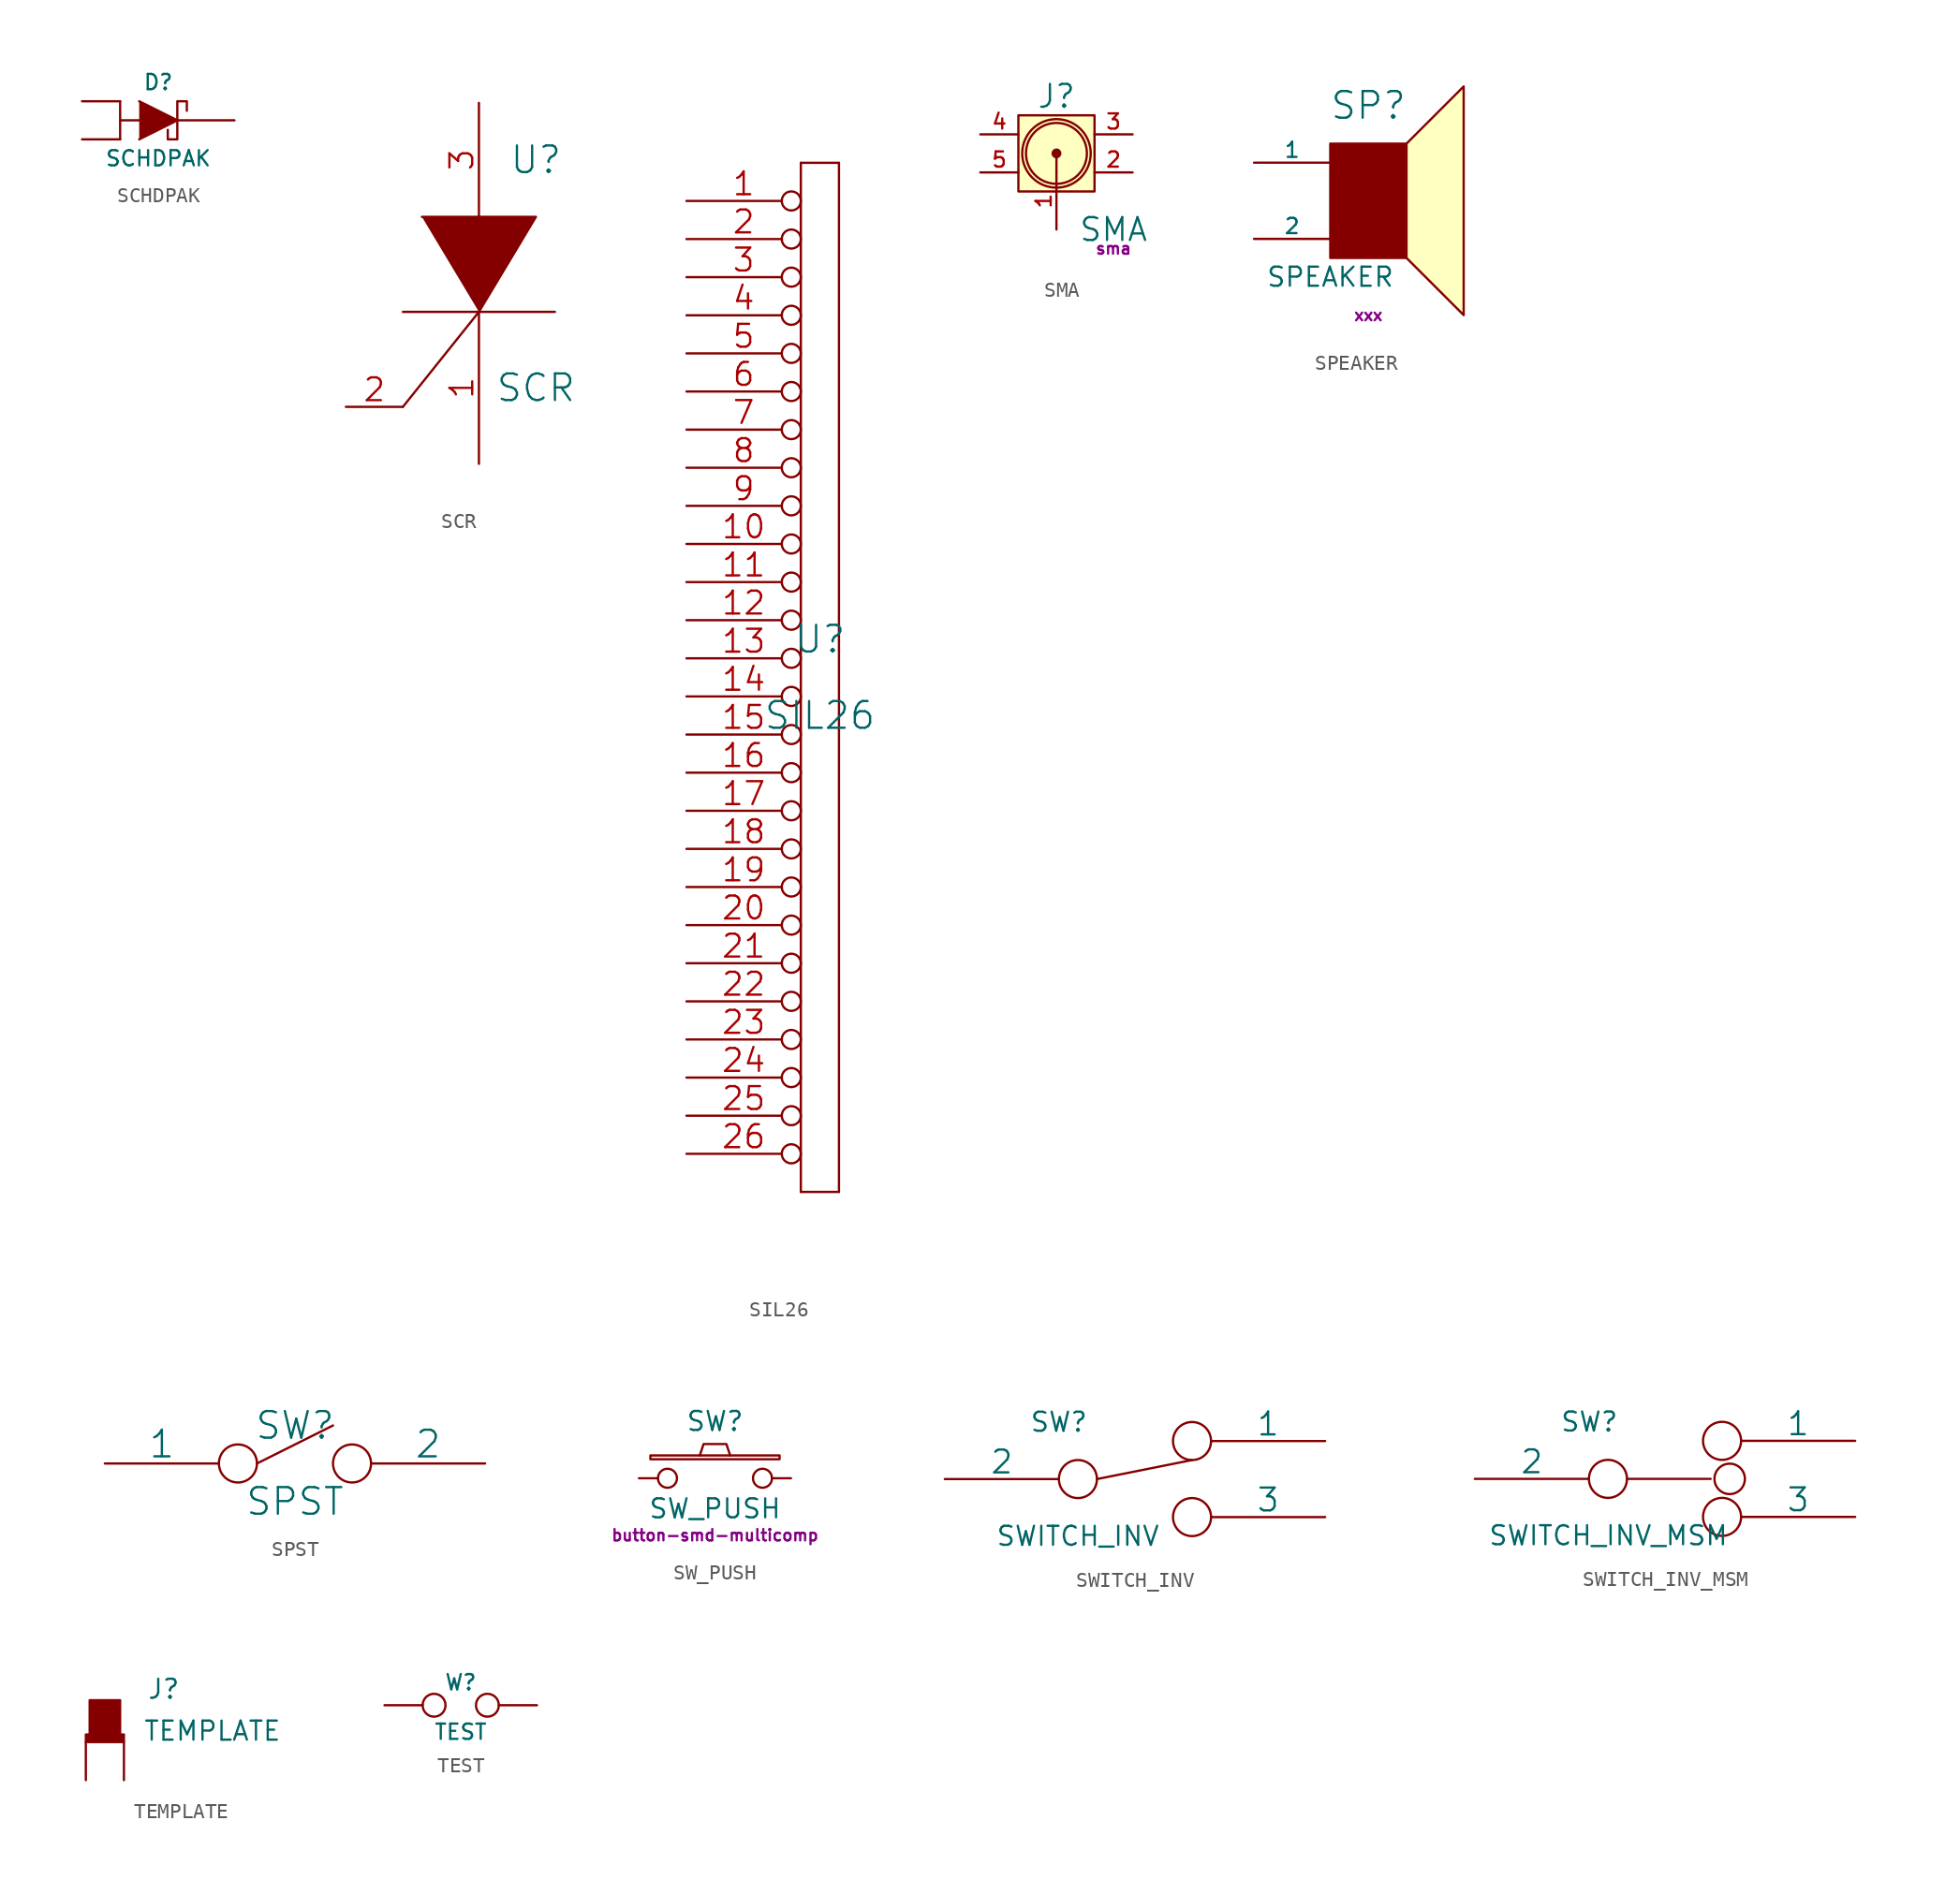
<source format=kicad_sym>
(kicad_symbol_lib
  (version 20220914)
  (generator kicad_symbol_editor)
  (symbol "SCHDPAK"
    (pin_numbers hide)
    (pin_names
      (offset 1.016) hide)
    (property "Reference" "D"
      (at 0 2.54 0)
      (effects (font (size 1.016 1.016))))
    (property "Value" "SCHDPAK"
      (at 0 -2.54 0)
      (effects (font (size 1.016 1.016))))
    (property "Footprint" ""
      (at 0 0 0)
      (effects (font (size 1.524 1.524))))
    (property "Datasheet" ""
      (at 0 0 0)
      (effects (font (size 1.524 1.524))))
    (symbol "SCHDPAK_0_1"
      (polyline (pts (xy -2.54 0) (xy -1.27 0)) (stroke (width 0) (type default)) (fill (type none)))
      (polyline (pts (xy -2.54 1.27) (xy -2.54 -1.27)) (stroke (width 0) (type default)) (fill (type none)))
      (polyline (pts (xy -1.27 1.27) (xy 1.27 0) (xy -1.27 -1.27)) (stroke (width 0) (type default)) (fill (type outline)))
      (polyline (pts (xy 1.905 0.635) (xy 1.905 1.27) (xy 1.27 1.27) (xy 1.27 -1.27) (xy 0.635 -1.27) (xy 0.635 -0.635)) (stroke (width 0) (type default)) (fill (type none))))
    (symbol "SCHDPAK_1_1"
      (pin passive line (at -5.08 -1.27 0) (length 2.54) (name "A" (effects (font (size 1.016 1.016)))) (number "1" (effects (font (size 1.016 1.016)))))
      (pin passive line (at 5.08 0 180) (length 3.81) (name "K" (effects (font (size 1.016 1.016)))) (number "2" (effects (font (size 1.016 1.016)))))
      (pin input line (at -5.08 1.27 0) (length 2.54) (name "A" (effects (font (size 1.016 1.016)))) (number "3" (effects (font (size 1.016 1.016)))))))
  (symbol "SCR"
    (pin_names
      (offset 0.254) hide)
    (property "Reference" "U"
      (at 3.81 6.35 0)
      (effects (font (size 1.778 1.778))))
    (property "Value" "SCR"
      (at 3.81 -8.89 0)
      (effects (font (size 1.778 1.778))))
    (property "Footprint" ""
      (at 0 0 0)
      (effects (font (size 1.524 1.524))))
    (property "Datasheet" ""
      (at 0 0 0)
      (effects (font (size 1.524 1.524))))
    (symbol "SCR_0_0"
      (polyline (pts (xy -5.08 -3.81) (xy 5.08 -3.81)) (stroke (width 0) (type default)) (fill (type none))))
    (symbol "SCR_0_1"
      (polyline (pts (xy 0 -3.81) (xy -5.08 -10.16)) (stroke (width 0) (type default)) (fill (type none)))
      (polyline (pts (xy -3.81 2.54) (xy 3.81 2.54) (xy 0 -3.81)) (stroke (width 0) (type default)) (fill (type outline))))
    (symbol "SCR_1_1"
      (pin input line (at 0 -13.97 90) (length 10.16) (name "K" (effects (font (size 1.778 1.778)))) (number "1" (effects (font (size 1.524 1.524)))))
      (pin input line (at -8.89 -10.16 0) (length 3.81) (name "G" (effects (font (size 1.524 1.524)))) (number "2" (effects (font (size 1.524 1.524)))))
      (pin input line (at 0 10.16 270) (length 7.62) (name "A" (effects (font (size 1.524 1.524)))) (number "3" (effects (font (size 1.524 1.524)))))))
  (symbol "SIL26"
    (pin_names
      (offset 1.016) hide)
    (property "Reference" "U"
      (at 0 2.54 0)
      (effects (font (size 1.778 1.778))))
    (property "Value" "SIL26"
      (at 0 -2.54 0)
      (effects (font (size 1.778 1.778))))
    (property "Footprint" ""
      (at 0 0 0)
      (effects (font (size 1.524 1.524))))
    (property "Datasheet" ""
      (at 0 0 0)
      (effects (font (size 1.524 1.524))))
    (symbol "SIL26_0_1"
      (polyline (pts (xy -1.27 -34.29) (xy 1.27 -34.29)) (stroke (width 0) (type default)) (fill (type none)))
      (polyline (pts (xy -1.27 34.29) (xy -1.27 -34.29)) (stroke (width 0) (type default)) (fill (type none)))
      (polyline (pts (xy 1.27 -34.29) (xy 1.27 34.29)) (stroke (width 0) (type default)) (fill (type none)))
      (polyline (pts (xy 1.27 34.29) (xy -1.27 34.29)) (stroke (width 0) (type default)) (fill (type none))))
    (symbol "SIL26_1_1"
      (pin passive inverted (at -8.89 31.75 0) (length 7.62) (name "1" (effects (font (size 1.524 1.524)))) (number "1" (effects (font (size 1.524 1.524)))))
      (pin passive inverted (at -8.89 8.89 0) (length 7.62) (name "10" (effects (font (size 1.524 1.524)))) (number "10" (effects (font (size 1.524 1.524)))))
      (pin passive inverted (at -8.89 6.35 0) (length 7.62) (name "11" (effects (font (size 1.524 1.524)))) (number "11" (effects (font (size 1.524 1.524)))))
      (pin passive inverted (at -8.89 3.81 0) (length 7.62) (name "12" (effects (font (size 1.524 1.524)))) (number "12" (effects (font (size 1.524 1.524)))))
      (pin passive inverted (at -8.89 1.27 0) (length 7.62) (name "13" (effects (font (size 1.524 1.524)))) (number "13" (effects (font (size 1.524 1.524)))))
      (pin passive inverted (at -8.89 -1.27 0) (length 7.62) (name "14" (effects (font (size 1.524 1.524)))) (number "14" (effects (font (size 1.524 1.524)))))
      (pin passive inverted (at -8.89 -3.81 0) (length 7.62) (name "15" (effects (font (size 1.524 1.524)))) (number "15" (effects (font (size 1.524 1.524)))))
      (pin passive inverted (at -8.89 -6.35 0) (length 7.62) (name "16" (effects (font (size 1.524 1.524)))) (number "16" (effects (font (size 1.524 1.524)))))
      (pin passive inverted (at -8.89 -8.89 0) (length 7.62) (name "17" (effects (font (size 1.524 1.524)))) (number "17" (effects (font (size 1.524 1.524)))))
      (pin passive inverted (at -8.89 -11.43 0) (length 7.62) (name "18" (effects (font (size 1.524 1.524)))) (number "18" (effects (font (size 1.524 1.524)))))
      (pin passive inverted (at -8.89 -13.97 0) (length 7.62) (name "19" (effects (font (size 1.524 1.524)))) (number "19" (effects (font (size 1.524 1.524)))))
      (pin passive inverted (at -8.89 29.21 0) (length 7.62) (name "2" (effects (font (size 1.524 1.524)))) (number "2" (effects (font (size 1.524 1.524)))))
      (pin passive inverted (at -8.89 -16.51 0) (length 7.62) (name "20" (effects (font (size 1.524 1.524)))) (number "20" (effects (font (size 1.524 1.524)))))
      (pin passive inverted (at -8.89 -19.05 0) (length 7.62) (name "21" (effects (font (size 1.524 1.524)))) (number "21" (effects (font (size 1.524 1.524)))))
      (pin passive inverted (at -8.89 -21.59 0) (length 7.62) (name "22" (effects (font (size 1.524 1.524)))) (number "22" (effects (font (size 1.524 1.524)))))
      (pin passive inverted (at -8.89 -24.13 0) (length 7.62) (name "23" (effects (font (size 1.524 1.524)))) (number "23" (effects (font (size 1.524 1.524)))))
      (pin passive inverted (at -8.89 -26.67 0) (length 7.62) (name "24" (effects (font (size 1.524 1.524)))) (number "24" (effects (font (size 1.524 1.524)))))
      (pin passive inverted (at -8.89 -29.21 0) (length 7.62) (name "25" (effects (font (size 1.524 1.524)))) (number "25" (effects (font (size 1.524 1.524)))))
      (pin passive inverted (at -8.89 -31.75 0) (length 7.62) (name "26" (effects (font (size 1.524 1.524)))) (number "26" (effects (font (size 1.524 1.524)))))
      (pin passive inverted (at -8.89 26.67 0) (length 7.62) (name "3" (effects (font (size 1.524 1.524)))) (number "3" (effects (font (size 1.524 1.524)))))
      (pin passive inverted (at -8.89 24.13 0) (length 7.62) (name "4" (effects (font (size 1.524 1.524)))) (number "4" (effects (font (size 1.524 1.524)))))
      (pin passive inverted (at -8.89 21.59 0) (length 7.62) (name "5" (effects (font (size 1.524 1.524)))) (number "5" (effects (font (size 1.524 1.524)))))
      (pin passive inverted (at -8.89 19.05 0) (length 7.62) (name "6" (effects (font (size 1.524 1.524)))) (number "6" (effects (font (size 1.524 1.524)))))
      (pin passive inverted (at -8.89 16.51 0) (length 7.62) (name "7" (effects (font (size 1.524 1.524)))) (number "7" (effects (font (size 1.524 1.524)))))
      (pin passive inverted (at -8.89 13.97 0) (length 7.62) (name "8" (effects (font (size 1.524 1.524)))) (number "8" (effects (font (size 1.524 1.524)))))
      (pin passive inverted (at -8.89 11.43 0) (length 7.62) (name "9" (effects (font (size 1.524 1.524)))) (number "9" (effects (font (size 1.524 1.524)))))))
  (symbol "SMA"
    (pin_names
      (offset 0) hide)
    (property "Reference" "J"
      (at 0 3.81 0)
      (effects (font (size 1.524 1.524))))
    (property "Value" "SMA"
      (at 3.81 -5.08 0)
      (effects (font (size 1.524 1.524))))
    (property "Footprint" "sma"
      (at 3.81 -6.35 0)
      (effects (font (size 0.762 0.762))))
    (property "Datasheet" ""
      (at 0 0 0)
      (effects (font (size 1.524 1.524))))
    (symbol "SMA_0_1"
      (rectangle (start -2.54 2.54) (end 2.54 -2.54) (stroke (width 0) (type default)) (fill (type background)))
      (polyline (pts (xy 0 0) (xy 0 -1.27)) (stroke (width 0) (type default)) (fill (type none)))
      (circle (center 0 0) (radius 0.254) (stroke (width 0) (type default)) (fill (type outline)))
      (circle (center 0 0) (radius 2.032) (stroke (width 0) (type default)) (fill (type none)))
      (circle (center 0 0) (radius 2.286) (stroke (width 0) (type default)) (fill (type none))))
    (symbol "SMA_1_1"
      (pin passive line (at 0 -5.08 90) (length 3.81) (name "1" (effects (font (size 1.016 1.016)))) (number "1" (effects (font (size 1.016 1.016)))))
      (pin passive line (at 5.08 -1.27 180) (length 2.54) (name "2" (effects (font (size 1.016 1.016)))) (number "2" (effects (font (size 1.016 1.016)))))
      (pin passive line (at 5.08 1.27 180) (length 2.54) (name "3" (effects (font (size 2.54 2.54)))) (number "3" (effects (font (size 1.016 1.016)))))
      (pin passive line (at -5.08 1.27 0) (length 2.54) (name "4" (effects (font (size 1.016 1.016)))) (number "4" (effects (font (size 1.016 1.016)))))
      (pin passive line (at -5.08 -1.27 0) (length 2.54) (name "5" (effects (font (size 1.016 1.016)))) (number "5" (effects (font (size 1.016 1.016)))))))
  (symbol "SPEAKER"
    (pin_numbers hide)
    (pin_names
      (offset 0))
    (property "Reference" "SP"
      (at 0 6.35 0)
      (effects (font (size 1.778 1.778))))
    (property "Value" "SPEAKER"
      (at -2.54 -5.08 0)
      (effects (font (size 1.27 1.27))))
    (property "Footprint" "xxx"
      (at 0 -7.62 0)
      (effects (font (size 0.762 0.762))))
    (property "Datasheet" ""
      (at 0 0 0)
      (effects (font (size 1.524 1.524))))
    (symbol "SPEAKER_0_0"
      (polyline (pts (xy -2.54 3.81) (xy 2.54 3.81) (xy 2.54 -3.81) (xy -2.54 -3.81) (xy -2.54 3.81)) (stroke (width 0) (type default)) (fill (type outline))))
    (symbol "SPEAKER_0_1"
      (polyline (pts (xy 2.54 3.81) (xy 6.35 7.62) (xy 6.35 -7.62) (xy 2.54 -3.81)) (stroke (width 0) (type default)) (fill (type background))))
    (symbol "SPEAKER_1_1"
      (pin input line (at -7.62 2.54 0) (length 5.08) (name "1" (effects (font (size 1.016 1.016)))) (number "1" (effects (font (size 1.016 1.016)))))
      (pin input line (at -7.62 -2.54 0) (length 5.08) (name "2" (effects (font (size 1.016 1.016)))) (number "2" (effects (font (size 1.016 1.016)))))))
  (symbol "SPST"
    (pin_numbers hide)
    (pin_names
      (offset 0))
    (property "Reference" "SW"
      (at 0 2.54 0)
      (effects (font (size 1.778 1.778))))
    (property "Value" "SPST"
      (at 0 -2.54 0)
      (effects (font (size 1.778 1.778))))
    (property "Footprint" ""
      (at 0 0 0)
      (effects (font (size 1.524 1.524))))
    (property "Datasheet" ""
      (at 0 0 0)
      (effects (font (size 1.524 1.524))))
    (symbol "SPST_0_0"
      (circle (center -3.81 0) (radius 1.27) (stroke (width 0) (type default)) (fill (type none)))
      (polyline (pts (xy -2.54 0) (xy 2.54 2.54)) (stroke (width 0) (type default)) (fill (type none)))
      (circle (center 3.81 0) (radius 1.27) (stroke (width 0) (type default)) (fill (type none))))
    (symbol "SPST_1_1"
      (pin input line (at -12.7 0 0) (length 7.62) (name "1" (effects (font (size 1.778 1.778)))) (number "1" (effects (font (size 1.778 1.778)))))
      (pin input line (at 12.7 0 180) (length 7.62) (name "2" (effects (font (size 1.778 1.778)))) (number "2" (effects (font (size 1.778 1.778)))))))
  (symbol "SW_PUSH"
    (pin_numbers hide)
    (pin_names
      (offset 1.016) hide)
    (property "Reference" "SW"
      (at 0 3.81 0)
      (effects (font (size 1.27 1.27))))
    (property "Value" "SW_PUSH"
      (at 0 -2.032 0)
      (effects (font (size 1.27 1.27))))
    (property "Footprint" "button-smd-multicomp"
      (at 0 -3.81 0)
      (effects (font (size 0.762 0.762))))
    (property "Datasheet" ""
      (at 0 0 0)
      (effects (font (size 1.524 1.524))))
    (symbol "SW_PUSH_0_1"
      (rectangle (start -4.318 1.27) (end 4.318 1.524) (stroke (width 0) (type default)) (fill (type none)))
      (polyline (pts (xy -1.016 1.524) (xy -0.762 2.286) (xy 0.762 2.286) (xy 1.016 1.524)) (stroke (width 0) (type default)) (fill (type none)))
      (pin passive inverted (at -5.08 0 0) (length 2.54) (name "1" (effects (font (size 1.524 1.524)))) (number "1" (effects (font (size 1.524 1.524)))))
      (pin passive inverted (at 5.08 0 180) (length 2.54) (name "2" (effects (font (size 1.524 1.524)))) (number "2" (effects (font (size 1.524 1.524)))))))
  (symbol "SWITCH_INV"
    (pin_numbers hide)
    (pin_names
      (offset 0))
    (property "Reference" "SW"
      (at -5.08 3.81 0)
      (effects (font (size 1.27 1.27))))
    (property "Value" "SWITCH_INV"
      (at -3.81 -3.81 0)
      (effects (font (size 1.27 1.27))))
    (property "Footprint" ""
      (at 0 0 0)
      (effects (font (size 1.524 1.524))))
    (property "Datasheet" ""
      (at 0 0 0)
      (effects (font (size 1.524 1.524))))
    (symbol "SWITCH_INV_0_0"
      (circle (center -3.81 0) (radius 1.27) (stroke (width 0) (type default)) (fill (type none)))
      (circle (center 3.81 -2.54) (radius 1.27) (stroke (width 0) (type default)) (fill (type none))))
    (symbol "SWITCH_INV_0_1"
      (polyline (pts (xy -2.54 0) (xy 3.81 1.27)) (stroke (width 0) (type default)) (fill (type none)))
      (circle (center 3.81 2.54) (radius 1.27) (stroke (width 0) (type default)) (fill (type none))))
    (symbol "SWITCH_INV_1_1"
      (pin passive line (at 12.7 2.54 180) (length 7.62) (name "1" (effects (font (size 1.524 1.524)))) (number "1" (effects (font (size 1.524 1.524)))))
      (pin passive line (at -12.7 0 0) (length 7.62) (name "2" (effects (font (size 1.524 1.524)))) (number "2" (effects (font (size 1.524 1.524)))))
      (pin passive line (at 12.7 -2.54 180) (length 7.62) (name "3" (effects (font (size 1.524 1.524)))) (number "3" (effects (font (size 1.524 1.524)))))))
  (symbol "SWITCH_INV_MSM"
    (pin_numbers hide)
    (pin_names
      (offset 0))
    (property "Reference" "SW"
      (at -5.055 3.81 0)
      (effects (font (size 1.27 1.27))))
    (property "Value" "SWITCH_INV_MSM"
      (at -3.785 -3.785 0)
      (effects (font (size 1.27 1.27))))
    (property "Footprint" ""
      (at 0 0 0)
      (effects (font (size 1.524 1.524))))
    (property "Datasheet" ""
      (at 0 0 0)
      (effects (font (size 1.524 1.524))))
    (symbol "SWITCH_INV_MSM_0_0"
      (circle (center -3.81 0) (radius 1.27) (stroke (width 0) (type default)) (fill (type none)))
      (circle (center 3.81 -2.54) (radius 1.27) (stroke (width 0) (type default)) (fill (type none))))
    (symbol "SWITCH_INV_MSM_0_1"
      (polyline (pts (xy -2.54 0) (xy 3.048 0) (xy 3.048 0) (xy 3.048 0) (xy 3.048 0)) (stroke (width 0) (type default)) (fill (type none)))
      (circle (center 3.81 2.54) (radius 1.27) (stroke (width 0) (type default)) (fill (type none)))
      (circle (center 4.318 0) (radius 1.016) (stroke (width 0) (type default)) (fill (type none))))
    (symbol "SWITCH_INV_MSM_1_1"
      (pin passive line (at 12.7 2.54 180) (length 7.62) (name "1" (effects (font (size 1.524 1.524)))) (number "1" (effects (font (size 1.524 1.524)))))
      (pin passive line (at -12.7 0 0) (length 7.62) (name "2" (effects (font (size 1.524 1.524)))) (number "2" (effects (font (size 1.524 1.524)))))
      (pin passive line (at 12.7 -2.54 180) (length 7.62) (name "3" (effects (font (size 1.524 1.524)))) (number "3" (effects (font (size 1.524 1.524)))))))
  (symbol "TEMPLATE"
    (pin_numbers hide)
    (pin_names
      (offset 1.016) hide)
    (property "Reference" "J"
      (at 4.064 5.334 0)
      (effects (font (size 1.27 1.27)) (justify left bottom)))
    (property "Value" "TEMPLATE"
      (at 3.81 2.54 0)
      (effects (font (size 1.27 1.27)) (justify left bottom)))
    (property "Footprint" ""
      (at 0 0 0)
      (effects (font (size 1.524 1.524))))
    (property "Datasheet" ""
      (at 0 0 0)
      (effects (font (size 1.524 1.524))))
    (symbol "TEMPLATE_0_1"
      (rectangle (start 0 2.54) (end 2.54 3.048) (stroke (width 0) (type default)) (fill (type outline)))
      (rectangle (start 2.286 5.334) (end 0.254 3.048) (stroke (width 0) (type default)) (fill (type outline))))
    (symbol "TEMPLATE_1_1"
      (pin unspecified line (at 0 0 90) (length 2.54) (name "~" (effects (font (size 1.27 1.27)))) (number "1" (effects (font (size 1.27 1.27)))))
      (pin unspecified line (at 2.54 0 90) (length 2.54) (name "~" (effects (font (size 1.27 1.27)))) (number "2" (effects (font (size 1.27 1.27)))))))
  (symbol "TEST"
    (pin_numbers hide)
    (pin_names
      (offset 0.762) hide)
    (property "Reference" "W"
      (at 0 1.524 0)
      (effects (font (size 1.016 1.016))))
    (property "Value" "TEST"
      (at 0 -1.778 0)
      (effects (font (size 1.016 1.016))))
    (property "Footprint" ""
      (at 0 0 0)
      (effects (font (size 1.524 1.524))))
    (property "Datasheet" ""
      (at 0 0 0)
      (effects (font (size 1.524 1.524))))
    (symbol "TEST_0_1"
      (circle (center -1.778 0) (radius 0.762) (stroke (width 0) (type default)) (fill (type none)))
      (circle (center 1.778 0) (radius 0.762) (stroke (width 0) (type default)) (fill (type none)))
      (pin passive line (at -5.08 0 0) (length 2.54) (name "1" (effects (font (size 1.524 1.524)))) (number "1" (effects (font (size 1.524 1.524)))))
      (pin passive line (at 5.08 0 180) (length 2.54) (name "2" (effects (font (size 1.524 1.524)))) (number "2" (effects (font (size 1.524 1.524))))))))
</source>
